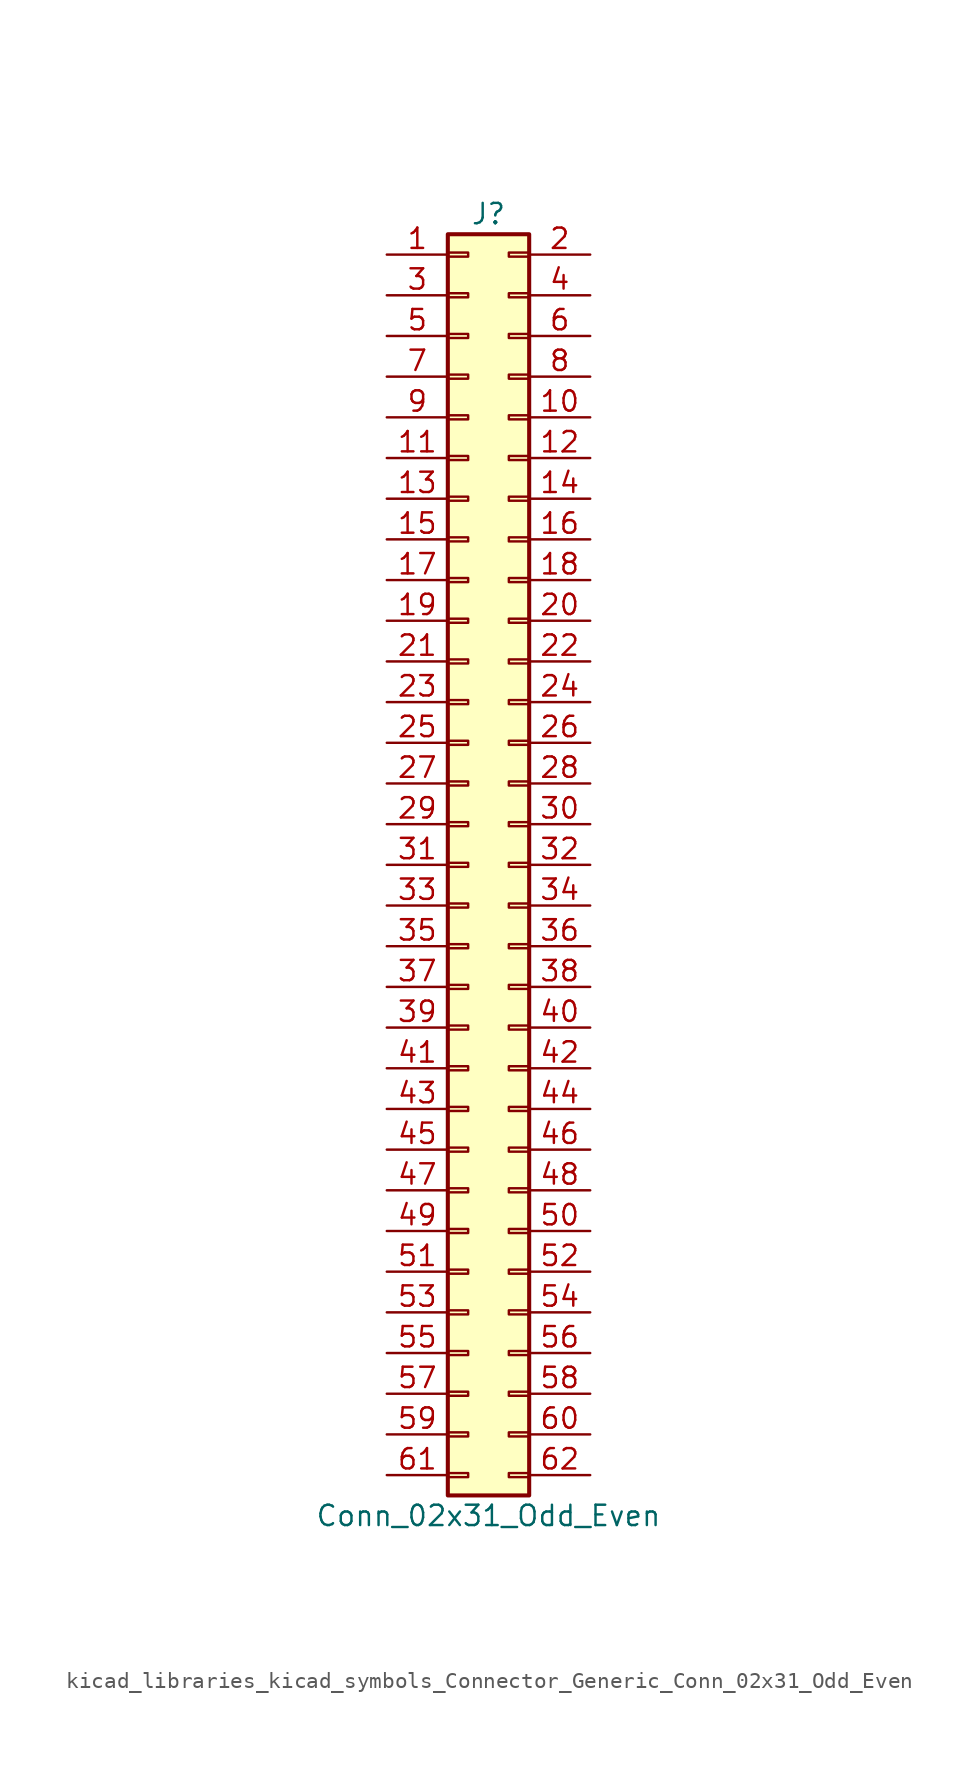
<source format=kicad_sym>
(kicad_symbol_lib
  (version 20220914)
  (generator kicad_symbol_editor)
  (symbol "kicad_libraries_kicad_symbols_Connector_Generic_Conn_02x31_Odd_Even"
    (pin_names
      (offset 1.016) hide)
    (property "Reference" "J"
      (at 1.27 40.64 0)
      (effects (font (size 1.27 1.27))))
    (property "Value" "Conn_02x31_Odd_Even"
      (at 1.27 -40.64 0)
      (effects (font (size 1.27 1.27))))
    (symbol "kicad_libraries_kicad_symbols_Connector_Generic_Conn_02x31_Odd_Even_1_1"
      (rectangle (start -1.27 -37.973) (end 0 -38.227) (stroke (width 0.152) (type default)) (fill (type none)))
      (rectangle (start -1.27 -35.433) (end 0 -35.687) (stroke (width 0.152) (type default)) (fill (type none)))
      (rectangle (start -1.27 -32.893) (end 0 -33.147) (stroke (width 0.152) (type default)) (fill (type none)))
      (rectangle (start -1.27 -30.353) (end 0 -30.607) (stroke (width 0.152) (type default)) (fill (type none)))
      (rectangle (start -1.27 -27.813) (end 0 -28.067) (stroke (width 0.152) (type default)) (fill (type none)))
      (rectangle (start -1.27 -25.273) (end 0 -25.527) (stroke (width 0.152) (type default)) (fill (type none)))
      (rectangle (start -1.27 -22.733) (end 0 -22.987) (stroke (width 0.152) (type default)) (fill (type none)))
      (rectangle (start -1.27 -20.193) (end 0 -20.447) (stroke (width 0.152) (type default)) (fill (type none)))
      (rectangle (start -1.27 -17.653) (end 0 -17.907) (stroke (width 0.152) (type default)) (fill (type none)))
      (rectangle (start -1.27 -15.113) (end 0 -15.367) (stroke (width 0.152) (type default)) (fill (type none)))
      (rectangle (start -1.27 -12.573) (end 0 -12.827) (stroke (width 0.152) (type default)) (fill (type none)))
      (rectangle (start -1.27 -10.033) (end 0 -10.287) (stroke (width 0.152) (type default)) (fill (type none)))
      (rectangle (start -1.27 -7.493) (end 0 -7.747) (stroke (width 0.152) (type default)) (fill (type none)))
      (rectangle (start -1.27 -4.953) (end 0 -5.207) (stroke (width 0.152) (type default)) (fill (type none)))
      (rectangle (start -1.27 -2.413) (end 0 -2.667) (stroke (width 0.152) (type default)) (fill (type none)))
      (rectangle (start -1.27 0.127) (end 0 -0.127) (stroke (width 0.152) (type default)) (fill (type none)))
      (rectangle (start -1.27 2.667) (end 0 2.413) (stroke (width 0.152) (type default)) (fill (type none)))
      (rectangle (start -1.27 5.207) (end 0 4.953) (stroke (width 0.152) (type default)) (fill (type none)))
      (rectangle (start -1.27 7.747) (end 0 7.493) (stroke (width 0.152) (type default)) (fill (type none)))
      (rectangle (start -1.27 10.287) (end 0 10.033) (stroke (width 0.152) (type default)) (fill (type none)))
      (rectangle (start -1.27 12.827) (end 0 12.573) (stroke (width 0.152) (type default)) (fill (type none)))
      (rectangle (start -1.27 15.367) (end 0 15.113) (stroke (width 0.152) (type default)) (fill (type none)))
      (rectangle (start -1.27 17.907) (end 0 17.653) (stroke (width 0.152) (type default)) (fill (type none)))
      (rectangle (start -1.27 20.447) (end 0 20.193) (stroke (width 0.152) (type default)) (fill (type none)))
      (rectangle (start -1.27 22.987) (end 0 22.733) (stroke (width 0.152) (type default)) (fill (type none)))
      (rectangle (start -1.27 25.527) (end 0 25.273) (stroke (width 0.152) (type default)) (fill (type none)))
      (rectangle (start -1.27 28.067) (end 0 27.813) (stroke (width 0.152) (type default)) (fill (type none)))
      (rectangle (start -1.27 30.607) (end 0 30.353) (stroke (width 0.152) (type default)) (fill (type none)))
      (rectangle (start -1.27 33.147) (end 0 32.893) (stroke (width 0.152) (type default)) (fill (type none)))
      (rectangle (start -1.27 35.687) (end 0 35.433) (stroke (width 0.152) (type default)) (fill (type none)))
      (rectangle (start -1.27 38.227) (end 0 37.973) (stroke (width 0.152) (type default)) (fill (type none)))
      (rectangle (start -1.27 39.37) (end 3.81 -39.37) (stroke (width 0.254) (type default)) (fill (type background)))
      (rectangle (start 3.81 -37.973) (end 2.54 -38.227) (stroke (width 0.152) (type default)) (fill (type none)))
      (rectangle (start 3.81 -35.433) (end 2.54 -35.687) (stroke (width 0.152) (type default)) (fill (type none)))
      (rectangle (start 3.81 -32.893) (end 2.54 -33.147) (stroke (width 0.152) (type default)) (fill (type none)))
      (rectangle (start 3.81 -30.353) (end 2.54 -30.607) (stroke (width 0.152) (type default)) (fill (type none)))
      (rectangle (start 3.81 -27.813) (end 2.54 -28.067) (stroke (width 0.152) (type default)) (fill (type none)))
      (rectangle (start 3.81 -25.273) (end 2.54 -25.527) (stroke (width 0.152) (type default)) (fill (type none)))
      (rectangle (start 3.81 -22.733) (end 2.54 -22.987) (stroke (width 0.152) (type default)) (fill (type none)))
      (rectangle (start 3.81 -20.193) (end 2.54 -20.447) (stroke (width 0.152) (type default)) (fill (type none)))
      (rectangle (start 3.81 -17.653) (end 2.54 -17.907) (stroke (width 0.152) (type default)) (fill (type none)))
      (rectangle (start 3.81 -15.113) (end 2.54 -15.367) (stroke (width 0.152) (type default)) (fill (type none)))
      (rectangle (start 3.81 -12.573) (end 2.54 -12.827) (stroke (width 0.152) (type default)) (fill (type none)))
      (rectangle (start 3.81 -10.033) (end 2.54 -10.287) (stroke (width 0.152) (type default)) (fill (type none)))
      (rectangle (start 3.81 -7.493) (end 2.54 -7.747) (stroke (width 0.152) (type default)) (fill (type none)))
      (rectangle (start 3.81 -4.953) (end 2.54 -5.207) (stroke (width 0.152) (type default)) (fill (type none)))
      (rectangle (start 3.81 -2.413) (end 2.54 -2.667) (stroke (width 0.152) (type default)) (fill (type none)))
      (rectangle (start 3.81 0.127) (end 2.54 -0.127) (stroke (width 0.152) (type default)) (fill (type none)))
      (rectangle (start 3.81 2.667) (end 2.54 2.413) (stroke (width 0.152) (type default)) (fill (type none)))
      (rectangle (start 3.81 5.207) (end 2.54 4.953) (stroke (width 0.152) (type default)) (fill (type none)))
      (rectangle (start 3.81 7.747) (end 2.54 7.493) (stroke (width 0.152) (type default)) (fill (type none)))
      (rectangle (start 3.81 10.287) (end 2.54 10.033) (stroke (width 0.152) (type default)) (fill (type none)))
      (rectangle (start 3.81 12.827) (end 2.54 12.573) (stroke (width 0.152) (type default)) (fill (type none)))
      (rectangle (start 3.81 15.367) (end 2.54 15.113) (stroke (width 0.152) (type default)) (fill (type none)))
      (rectangle (start 3.81 17.907) (end 2.54 17.653) (stroke (width 0.152) (type default)) (fill (type none)))
      (rectangle (start 3.81 20.447) (end 2.54 20.193) (stroke (width 0.152) (type default)) (fill (type none)))
      (rectangle (start 3.81 22.987) (end 2.54 22.733) (stroke (width 0.152) (type default)) (fill (type none)))
      (rectangle (start 3.81 25.527) (end 2.54 25.273) (stroke (width 0.152) (type default)) (fill (type none)))
      (rectangle (start 3.81 28.067) (end 2.54 27.813) (stroke (width 0.152) (type default)) (fill (type none)))
      (rectangle (start 3.81 30.607) (end 2.54 30.353) (stroke (width 0.152) (type default)) (fill (type none)))
      (rectangle (start 3.81 33.147) (end 2.54 32.893) (stroke (width 0.152) (type default)) (fill (type none)))
      (rectangle (start 3.81 35.687) (end 2.54 35.433) (stroke (width 0.152) (type default)) (fill (type none)))
      (rectangle (start 3.81 38.227) (end 2.54 37.973) (stroke (width 0.152) (type default)) (fill (type none)))
      (pin passive line (at -5.08 38.1 0) (length 3.81) (name "Pin_1" (effects (font (size 1.27 1.27)))) (number "1" (effects (font (size 1.27 1.27)))))
      (pin passive line (at 7.62 27.94 180) (length 3.81) (name "Pin_10" (effects (font (size 1.27 1.27)))) (number "10" (effects (font (size 1.27 1.27)))))
      (pin passive line (at -5.08 25.4 0) (length 3.81) (name "Pin_11" (effects (font (size 1.27 1.27)))) (number "11" (effects (font (size 1.27 1.27)))))
      (pin passive line (at 7.62 25.4 180) (length 3.81) (name "Pin_12" (effects (font (size 1.27 1.27)))) (number "12" (effects (font (size 1.27 1.27)))))
      (pin passive line (at -5.08 22.86 0) (length 3.81) (name "Pin_13" (effects (font (size 1.27 1.27)))) (number "13" (effects (font (size 1.27 1.27)))))
      (pin passive line (at 7.62 22.86 180) (length 3.81) (name "Pin_14" (effects (font (size 1.27 1.27)))) (number "14" (effects (font (size 1.27 1.27)))))
      (pin passive line (at -5.08 20.32 0) (length 3.81) (name "Pin_15" (effects (font (size 1.27 1.27)))) (number "15" (effects (font (size 1.27 1.27)))))
      (pin passive line (at 7.62 20.32 180) (length 3.81) (name "Pin_16" (effects (font (size 1.27 1.27)))) (number "16" (effects (font (size 1.27 1.27)))))
      (pin passive line (at -5.08 17.78 0) (length 3.81) (name "Pin_17" (effects (font (size 1.27 1.27)))) (number "17" (effects (font (size 1.27 1.27)))))
      (pin passive line (at 7.62 17.78 180) (length 3.81) (name "Pin_18" (effects (font (size 1.27 1.27)))) (number "18" (effects (font (size 1.27 1.27)))))
      (pin passive line (at -5.08 15.24 0) (length 3.81) (name "Pin_19" (effects (font (size 1.27 1.27)))) (number "19" (effects (font (size 1.27 1.27)))))
      (pin passive line (at 7.62 38.1 180) (length 3.81) (name "Pin_2" (effects (font (size 1.27 1.27)))) (number "2" (effects (font (size 1.27 1.27)))))
      (pin passive line (at 7.62 15.24 180) (length 3.81) (name "Pin_20" (effects (font (size 1.27 1.27)))) (number "20" (effects (font (size 1.27 1.27)))))
      (pin passive line (at -5.08 12.7 0) (length 3.81) (name "Pin_21" (effects (font (size 1.27 1.27)))) (number "21" (effects (font (size 1.27 1.27)))))
      (pin passive line (at 7.62 12.7 180) (length 3.81) (name "Pin_22" (effects (font (size 1.27 1.27)))) (number "22" (effects (font (size 1.27 1.27)))))
      (pin passive line (at -5.08 10.16 0) (length 3.81) (name "Pin_23" (effects (font (size 1.27 1.27)))) (number "23" (effects (font (size 1.27 1.27)))))
      (pin passive line (at 7.62 10.16 180) (length 3.81) (name "Pin_24" (effects (font (size 1.27 1.27)))) (number "24" (effects (font (size 1.27 1.27)))))
      (pin passive line (at -5.08 7.62 0) (length 3.81) (name "Pin_25" (effects (font (size 1.27 1.27)))) (number "25" (effects (font (size 1.27 1.27)))))
      (pin passive line (at 7.62 7.62 180) (length 3.81) (name "Pin_26" (effects (font (size 1.27 1.27)))) (number "26" (effects (font (size 1.27 1.27)))))
      (pin passive line (at -5.08 5.08 0) (length 3.81) (name "Pin_27" (effects (font (size 1.27 1.27)))) (number "27" (effects (font (size 1.27 1.27)))))
      (pin passive line (at 7.62 5.08 180) (length 3.81) (name "Pin_28" (effects (font (size 1.27 1.27)))) (number "28" (effects (font (size 1.27 1.27)))))
      (pin passive line (at -5.08 2.54 0) (length 3.81) (name "Pin_29" (effects (font (size 1.27 1.27)))) (number "29" (effects (font (size 1.27 1.27)))))
      (pin passive line (at -5.08 35.56 0) (length 3.81) (name "Pin_3" (effects (font (size 1.27 1.27)))) (number "3" (effects (font (size 1.27 1.27)))))
      (pin passive line (at 7.62 2.54 180) (length 3.81) (name "Pin_30" (effects (font (size 1.27 1.27)))) (number "30" (effects (font (size 1.27 1.27)))))
      (pin passive line (at -5.08 0 0) (length 3.81) (name "Pin_31" (effects (font (size 1.27 1.27)))) (number "31" (effects (font (size 1.27 1.27)))))
      (pin passive line (at 7.62 0 180) (length 3.81) (name "Pin_32" (effects (font (size 1.27 1.27)))) (number "32" (effects (font (size 1.27 1.27)))))
      (pin passive line (at -5.08 -2.54 0) (length 3.81) (name "Pin_33" (effects (font (size 1.27 1.27)))) (number "33" (effects (font (size 1.27 1.27)))))
      (pin passive line (at 7.62 -2.54 180) (length 3.81) (name "Pin_34" (effects (font (size 1.27 1.27)))) (number "34" (effects (font (size 1.27 1.27)))))
      (pin passive line (at -5.08 -5.08 0) (length 3.81) (name "Pin_35" (effects (font (size 1.27 1.27)))) (number "35" (effects (font (size 1.27 1.27)))))
      (pin passive line (at 7.62 -5.08 180) (length 3.81) (name "Pin_36" (effects (font (size 1.27 1.27)))) (number "36" (effects (font (size 1.27 1.27)))))
      (pin passive line (at -5.08 -7.62 0) (length 3.81) (name "Pin_37" (effects (font (size 1.27 1.27)))) (number "37" (effects (font (size 1.27 1.27)))))
      (pin passive line (at 7.62 -7.62 180) (length 3.81) (name "Pin_38" (effects (font (size 1.27 1.27)))) (number "38" (effects (font (size 1.27 1.27)))))
      (pin passive line (at -5.08 -10.16 0) (length 3.81) (name "Pin_39" (effects (font (size 1.27 1.27)))) (number "39" (effects (font (size 1.27 1.27)))))
      (pin passive line (at 7.62 35.56 180) (length 3.81) (name "Pin_4" (effects (font (size 1.27 1.27)))) (number "4" (effects (font (size 1.27 1.27)))))
      (pin passive line (at 7.62 -10.16 180) (length 3.81) (name "Pin_40" (effects (font (size 1.27 1.27)))) (number "40" (effects (font (size 1.27 1.27)))))
      (pin passive line (at -5.08 -12.7 0) (length 3.81) (name "Pin_41" (effects (font (size 1.27 1.27)))) (number "41" (effects (font (size 1.27 1.27)))))
      (pin passive line (at 7.62 -12.7 180) (length 3.81) (name "Pin_42" (effects (font (size 1.27 1.27)))) (number "42" (effects (font (size 1.27 1.27)))))
      (pin passive line (at -5.08 -15.24 0) (length 3.81) (name "Pin_43" (effects (font (size 1.27 1.27)))) (number "43" (effects (font (size 1.27 1.27)))))
      (pin passive line (at 7.62 -15.24 180) (length 3.81) (name "Pin_44" (effects (font (size 1.27 1.27)))) (number "44" (effects (font (size 1.27 1.27)))))
      (pin passive line (at -5.08 -17.78 0) (length 3.81) (name "Pin_45" (effects (font (size 1.27 1.27)))) (number "45" (effects (font (size 1.27 1.27)))))
      (pin passive line (at 7.62 -17.78 180) (length 3.81) (name "Pin_46" (effects (font (size 1.27 1.27)))) (number "46" (effects (font (size 1.27 1.27)))))
      (pin passive line (at -5.08 -20.32 0) (length 3.81) (name "Pin_47" (effects (font (size 1.27 1.27)))) (number "47" (effects (font (size 1.27 1.27)))))
      (pin passive line (at 7.62 -20.32 180) (length 3.81) (name "Pin_48" (effects (font (size 1.27 1.27)))) (number "48" (effects (font (size 1.27 1.27)))))
      (pin passive line (at -5.08 -22.86 0) (length 3.81) (name "Pin_49" (effects (font (size 1.27 1.27)))) (number "49" (effects (font (size 1.27 1.27)))))
      (pin passive line (at -5.08 33.02 0) (length 3.81) (name "Pin_5" (effects (font (size 1.27 1.27)))) (number "5" (effects (font (size 1.27 1.27)))))
      (pin passive line (at 7.62 -22.86 180) (length 3.81) (name "Pin_50" (effects (font (size 1.27 1.27)))) (number "50" (effects (font (size 1.27 1.27)))))
      (pin passive line (at -5.08 -25.4 0) (length 3.81) (name "Pin_51" (effects (font (size 1.27 1.27)))) (number "51" (effects (font (size 1.27 1.27)))))
      (pin passive line (at 7.62 -25.4 180) (length 3.81) (name "Pin_52" (effects (font (size 1.27 1.27)))) (number "52" (effects (font (size 1.27 1.27)))))
      (pin passive line (at -5.08 -27.94 0) (length 3.81) (name "Pin_53" (effects (font (size 1.27 1.27)))) (number "53" (effects (font (size 1.27 1.27)))))
      (pin passive line (at 7.62 -27.94 180) (length 3.81) (name "Pin_54" (effects (font (size 1.27 1.27)))) (number "54" (effects (font (size 1.27 1.27)))))
      (pin passive line (at -5.08 -30.48 0) (length 3.81) (name "Pin_55" (effects (font (size 1.27 1.27)))) (number "55" (effects (font (size 1.27 1.27)))))
      (pin passive line (at 7.62 -30.48 180) (length 3.81) (name "Pin_56" (effects (font (size 1.27 1.27)))) (number "56" (effects (font (size 1.27 1.27)))))
      (pin passive line (at -5.08 -33.02 0) (length 3.81) (name "Pin_57" (effects (font (size 1.27 1.27)))) (number "57" (effects (font (size 1.27 1.27)))))
      (pin passive line (at 7.62 -33.02 180) (length 3.81) (name "Pin_58" (effects (font (size 1.27 1.27)))) (number "58" (effects (font (size 1.27 1.27)))))
      (pin passive line (at -5.08 -35.56 0) (length 3.81) (name "Pin_59" (effects (font (size 1.27 1.27)))) (number "59" (effects (font (size 1.27 1.27)))))
      (pin passive line (at 7.62 33.02 180) (length 3.81) (name "Pin_6" (effects (font (size 1.27 1.27)))) (number "6" (effects (font (size 1.27 1.27)))))
      (pin passive line (at 7.62 -35.56 180) (length 3.81) (name "Pin_60" (effects (font (size 1.27 1.27)))) (number "60" (effects (font (size 1.27 1.27)))))
      (pin passive line (at -5.08 -38.1 0) (length 3.81) (name "Pin_61" (effects (font (size 1.27 1.27)))) (number "61" (effects (font (size 1.27 1.27)))))
      (pin passive line (at 7.62 -38.1 180) (length 3.81) (name "Pin_62" (effects (font (size 1.27 1.27)))) (number "62" (effects (font (size 1.27 1.27)))))
      (pin passive line (at -5.08 30.48 0) (length 3.81) (name "Pin_7" (effects (font (size 1.27 1.27)))) (number "7" (effects (font (size 1.27 1.27)))))
      (pin passive line (at 7.62 30.48 180) (length 3.81) (name "Pin_8" (effects (font (size 1.27 1.27)))) (number "8" (effects (font (size 1.27 1.27)))))
      (pin passive line (at -5.08 27.94 0) (length 3.81) (name "Pin_9" (effects (font (size 1.27 1.27)))) (number "9" (effects (font (size 1.27 1.27))))))))
</source>
